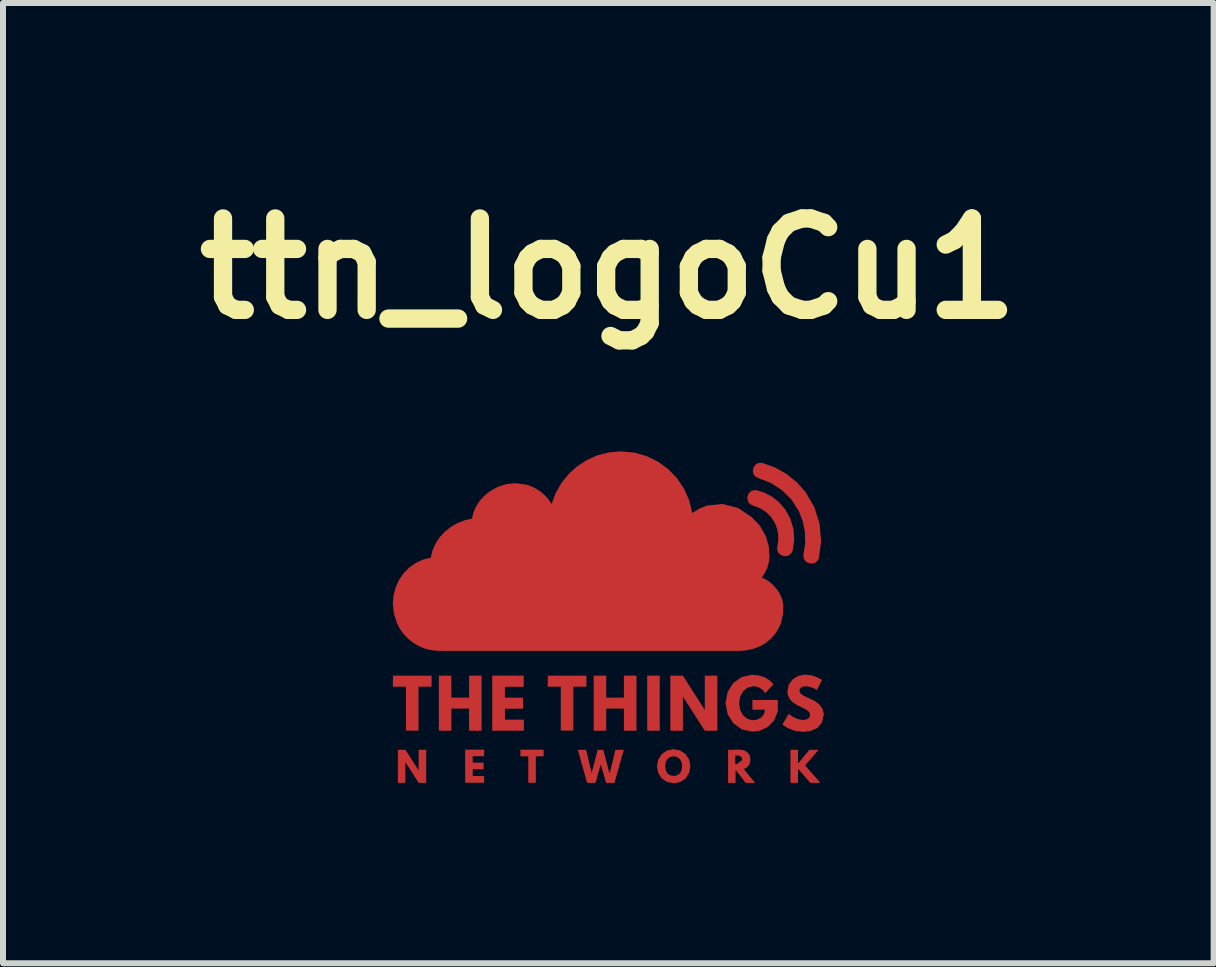
<source format=kicad_pcb>
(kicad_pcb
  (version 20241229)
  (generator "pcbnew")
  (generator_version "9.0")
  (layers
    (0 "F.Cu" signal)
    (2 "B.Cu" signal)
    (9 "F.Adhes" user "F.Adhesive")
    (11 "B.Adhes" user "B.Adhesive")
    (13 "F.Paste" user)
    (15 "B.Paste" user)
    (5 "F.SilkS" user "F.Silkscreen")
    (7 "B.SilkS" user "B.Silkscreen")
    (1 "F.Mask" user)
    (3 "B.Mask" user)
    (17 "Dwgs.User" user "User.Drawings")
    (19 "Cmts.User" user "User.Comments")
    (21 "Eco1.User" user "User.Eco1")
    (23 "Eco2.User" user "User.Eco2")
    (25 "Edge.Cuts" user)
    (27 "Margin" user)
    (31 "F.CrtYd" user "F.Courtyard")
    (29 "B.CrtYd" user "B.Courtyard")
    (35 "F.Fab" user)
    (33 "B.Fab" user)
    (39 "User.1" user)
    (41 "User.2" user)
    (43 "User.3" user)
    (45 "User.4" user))
  (footprint "ttn_logoCu1"
    (layer "F.Cu")
    (at 7.09 7.24)
    (property "Reference" "ttn_logoCu1" (at 0 -5.814 0) (layer "F.SilkS") (effects (font (size 1.524 1.524) (thickness 0.305))))
    (attr smd)
    (fp_poly (pts (xy 0.857 1.89) (xy 0.805 1.89) (xy 0.753 1.89) (xy 0.7 1.89) (xy 0.648 1.89) (xy 0.648 1.661) (xy 0.648 1.431) (xy 0.648 1.202) (xy 0.648 0.972) (xy 0.7 0.972) (xy 0.753 0.972) (xy 0.805 0.972) (xy 0.857 0.972) (xy 0.857 1.202) (xy 0.857 1.431) (xy 0.857 1.661) (xy 0.857 1.89)) (stroke (width 0) (type solid)) (fill yes) (layer "F.Cu"))
    (fp_poly (pts (xy -3.589 0.972) (xy -3.429 0.972) (xy -3.268 0.972) (xy -3.107 0.972) (xy -2.946 0.972) (xy -2.946 1.018) (xy -2.946 1.064) (xy -2.946 1.11) (xy -2.946 1.156) (xy -3 1.156) (xy -3.055 1.156) (xy -3.11 1.156) (xy -3.164 1.156) (xy -3.164 1.339) (xy -3.164 1.522) (xy -3.164 1.705) (xy -3.164 1.888) (xy -3.217 1.888) (xy -3.269 1.888) (xy -3.321 1.888) (xy -3.373 1.888) (xy -3.373 1.705) (xy -3.373 1.522) (xy -3.373 1.339) (xy -3.373 1.156) (xy -3.428 1.156) (xy -3.483 1.156) (xy -3.537 1.156) (xy -3.592 1.156) (xy -3.591 1.11) (xy -3.591 1.064) (xy -3.59 1.018) (xy -3.589 0.972)) (stroke (width 0) (type solid)) (fill yes) (layer "F.Cu"))
    (fp_poly (pts (xy -1.466 2.206) (xy -1.369 2.206) (xy -1.272 2.206) (xy -1.175 2.206) (xy -1.078 2.206) (xy -1.078 2.234) (xy -1.078 2.262) (xy -1.078 2.29) (xy -1.078 2.317) (xy -1.111 2.317) (xy -1.143 2.317) (xy -1.176 2.317) (xy -1.208 2.317) (xy -1.208 2.427) (xy -1.208 2.537) (xy -1.208 2.647) (xy -1.208 2.757) (xy -1.239 2.757) (xy -1.271 2.757) (xy -1.302 2.757) (xy -1.334 2.757) (xy -1.334 2.647) (xy -1.334 2.537) (xy -1.334 2.427) (xy -1.334 2.317) (xy -1.366 2.317) (xy -1.399 2.317) (xy -1.431 2.317) (xy -1.464 2.317) (xy -1.464 2.29) (xy -1.465 2.262) (xy -1.465 2.234) (xy -1.466 2.206)) (stroke (width 0) (type solid)) (fill yes) (layer "F.Cu"))
    (fp_poly (pts (xy -1.008 0.972) (xy -0.847 0.972) (xy -0.687 0.972) (xy -0.526 0.972) (xy -0.365 0.972) (xy -0.365 1.018) (xy -0.365 1.064) (xy -0.365 1.11) (xy -0.365 1.156) (xy -0.419 1.156) (xy -0.474 1.156) (xy -0.529 1.156) (xy -0.583 1.156) (xy -0.583 1.339) (xy -0.583 1.522) (xy -0.583 1.705) (xy -0.583 1.888) (xy -0.635 1.888) (xy -0.688 1.888) (xy -0.74 1.888) (xy -0.792 1.888) (xy -0.792 1.705) (xy -0.792 1.522) (xy -0.792 1.339) (xy -0.792 1.156) (xy -0.847 1.156) (xy -0.901 1.156) (xy -0.956 1.156) (xy -1.011 1.156) (xy -1.01 1.11) (xy -1.009 1.064) (xy -1.009 1.018) (xy -1.008 0.972)) (stroke (width 0) (type solid)) (fill yes) (layer "F.Cu"))
    (fp_poly (pts (xy 1.09 2.197) (xy 1.196 2.368) (xy 1.152 2.33) (xy 1.09 2.315) (xy 1.026 2.329) (xy 0.982 2.366) (xy 0.956 2.419) (xy 0.948 2.48) (xy 0.956 2.541) (xy 0.98 2.594) (xy 1.024 2.631) (xy 1.09 2.645) (xy 1.154 2.631) (xy 1.198 2.594) (xy 1.223 2.541) (xy 1.231 2.48) (xy 1.223 2.421) (xy 1.196 2.368) (xy 1.09 2.197) (xy 1.198 2.219) (xy 1.286 2.279) (xy 1.346 2.369) (xy 1.368 2.48) (xy 1.347 2.593) (xy 1.289 2.684) (xy 1.201 2.744) (xy 1.09 2.766) (xy 0.976 2.744) (xy 0.888 2.683) (xy 0.831 2.592) (xy 0.811 2.48) (xy 0.833 2.368) (xy 0.893 2.278) (xy 0.981 2.218) (xy 1.09 2.197)) (stroke (width 0) (type solid)) (fill yes) (layer "F.Cu"))
    (fp_poly (pts (xy -3.383 2.759) (xy -3.414 2.759) (xy -3.445 2.759) (xy -3.477 2.759) (xy -3.508 2.759) (xy -3.508 2.621) (xy -3.508 2.484) (xy -3.508 2.346) (xy -3.508 2.208) (xy -3.477 2.208) (xy -3.445 2.208) (xy -3.414 2.208) (xy -3.383 2.208) (xy -3.327 2.294) (xy -3.272 2.38) (xy -3.217 2.466) (xy -3.162 2.552) (xy -3.162 2.466) (xy -3.162 2.38) (xy -3.162 2.294) (xy -3.162 2.208) (xy -3.131 2.208) (xy -3.099 2.208) (xy -3.068 2.208) (xy -3.036 2.208) (xy -3.036 2.346) (xy -3.036 2.484) (xy -3.036 2.621) (xy -3.036 2.759) (xy -3.068 2.759) (xy -3.099 2.759) (xy -3.131 2.759) (xy -3.162 2.759) (xy -3.217 2.673) (xy -3.272 2.587) (xy -3.327 2.501) (xy -3.383 2.415) (xy -3.383 2.501) (xy -3.383 2.587) (xy -3.383 2.673) (xy -3.383 2.759)) (stroke (width 0) (type solid)) (fill yes) (layer "F.Cu"))
    (fp_poly (pts (xy 3.366 2.759) (xy 3.315 2.7) (xy 3.264 2.642) (xy 3.213 2.583) (xy 3.162 2.524) (xy 3.162 2.583) (xy 3.162 2.642) (xy 3.162 2.7) (xy 3.162 2.759) (xy 3.131 2.759) (xy 3.099 2.759) (xy 3.068 2.759) (xy 3.036 2.759) (xy 3.036 2.621) (xy 3.036 2.484) (xy 3.036 2.346) (xy 3.036 2.208) (xy 3.068 2.208) (xy 3.099 2.208) (xy 3.131 2.208) (xy 3.162 2.208) (xy 3.162 2.265) (xy 3.162 2.322) (xy 3.162 2.379) (xy 3.162 2.436) (xy 3.21 2.379) (xy 3.257 2.322) (xy 3.305 2.265) (xy 3.352 2.208) (xy 3.391 2.208) (xy 3.429 2.208) (xy 3.467 2.208) (xy 3.506 2.208) (xy 3.449 2.273) (xy 3.393 2.338) (xy 3.337 2.403) (xy 3.28 2.468) (xy 3.344 2.541) (xy 3.408 2.614) (xy 3.472 2.686) (xy 3.536 2.759) (xy 3.494 2.759) (xy 3.451 2.759) (xy 3.409 2.759) (xy 3.366 2.759)) (stroke (width 0) (type solid)) (fill yes) (layer "F.Cu"))
    (fp_poly (pts (xy -2.616 1.89) (xy -2.668 1.89) (xy -2.721 1.89) (xy -2.773 1.89) (xy -2.825 1.89) (xy -2.825 1.661) (xy -2.825 1.431) (xy -2.825 1.202) (xy -2.825 0.972) (xy -2.773 0.972) (xy -2.721 0.972) (xy -2.668 0.972) (xy -2.616 0.972) (xy -2.616 1.064) (xy -2.616 1.156) (xy -2.616 1.248) (xy -2.616 1.339) (xy -2.542 1.339) (xy -2.468 1.339) (xy -2.395 1.339) (xy -2.321 1.339) (xy -2.321 1.248) (xy -2.321 1.156) (xy -2.321 1.064) (xy -2.321 0.972) (xy -2.269 0.972) (xy -2.216 0.972) (xy -2.164 0.972) (xy -2.112 0.972) (xy -2.112 1.202) (xy -2.112 1.431) (xy -2.112 1.661) (xy -2.112 1.89) (xy -2.164 1.89) (xy -2.216 1.89) (xy -2.269 1.89) (xy -2.321 1.89) (xy -2.321 1.798) (xy -2.321 1.705) (xy -2.321 1.613) (xy -2.321 1.521) (xy -2.395 1.521) (xy -2.468 1.521) (xy -2.542 1.521) (xy -2.616 1.521) (xy -2.616 1.613) (xy -2.616 1.705) (xy -2.616 1.798) (xy -2.616 1.89)) (stroke (width 0) (type solid)) (fill yes) (layer "F.Cu"))
    (fp_poly (pts (xy -2.07 2.315) (xy -2.118 2.315) (xy -2.165 2.315) (xy -2.213 2.315) (xy -2.261 2.315) (xy -2.261 2.342) (xy -2.261 2.369) (xy -2.261 2.395) (xy -2.261 2.422) (xy -2.215 2.422) (xy -2.17 2.422) (xy -2.125 2.422) (xy -2.079 2.422) (xy -2.079 2.45) (xy -2.079 2.478) (xy -2.079 2.506) (xy -2.079 2.533) (xy -2.125 2.533) (xy -2.17 2.533) (xy -2.215 2.533) (xy -2.261 2.533) (xy -2.261 2.561) (xy -2.261 2.589) (xy -2.261 2.617) (xy -2.261 2.645) (xy -2.213 2.645) (xy -2.165 2.645) (xy -2.118 2.645) (xy -2.07 2.645) (xy -2.07 2.673) (xy -2.07 2.701) (xy -2.07 2.729) (xy -2.07 2.757) (xy -2.149 2.757) (xy -2.228 2.757) (xy -2.307 2.757) (xy -2.386 2.757) (xy -2.386 2.619) (xy -2.386 2.481) (xy -2.386 2.344) (xy -2.386 2.206) (xy -2.307 2.206) (xy -2.228 2.206) (xy -2.149 2.206) (xy -2.07 2.206) (xy -2.07 2.233) (xy -2.07 2.261) (xy -2.07 2.288) (xy -2.07 2.315)) (stroke (width 0) (type solid)) (fill yes) (layer "F.Cu"))
    (fp_poly (pts (xy -1.41 1.158) (xy -1.489 1.158) (xy -1.567 1.158) (xy -1.645 1.158) (xy -1.724 1.158) (xy -1.724 1.203) (xy -1.724 1.249) (xy -1.724 1.294) (xy -1.724 1.339) (xy -1.648 1.339) (xy -1.573 1.339) (xy -1.497 1.339) (xy -1.422 1.339) (xy -1.422 1.385) (xy -1.422 1.431) (xy -1.422 1.477) (xy -1.422 1.523) (xy -1.497 1.523) (xy -1.573 1.523) (xy -1.648 1.523) (xy -1.724 1.523) (xy -1.724 1.569) (xy -1.724 1.615) (xy -1.724 1.661) (xy -1.724 1.706) (xy -1.645 1.706) (xy -1.566 1.706) (xy -1.487 1.706) (xy -1.408 1.706) (xy -1.408 1.752) (xy -1.408 1.798) (xy -1.408 1.844) (xy -1.408 1.89) (xy -1.54 1.89) (xy -1.672 1.89) (xy -1.803 1.89) (xy -1.935 1.89) (xy -1.935 1.661) (xy -1.935 1.431) (xy -1.935 1.202) (xy -1.935 0.972) (xy -1.804 0.972) (xy -1.673 0.972) (xy -1.541 0.972) (xy -1.41 0.972) (xy -1.41 1.019) (xy -1.41 1.065) (xy -1.41 1.112) (xy -1.41 1.158)) (stroke (width 0) (type solid)) (fill yes) (layer "F.Cu"))
    (fp_poly (pts (xy -0.035 1.89) (xy -0.087 1.89) (xy -0.139 1.89) (xy -0.192 1.89) (xy -0.244 1.89) (xy -0.244 1.661) (xy -0.244 1.431) (xy -0.244 1.202) (xy -0.244 0.972) (xy -0.192 0.972) (xy -0.139 0.972) (xy -0.087 0.972) (xy -0.035 0.972) (xy -0.035 1.064) (xy -0.035 1.156) (xy -0.035 1.248) (xy -0.035 1.339) (xy 0.039 1.339) (xy 0.113 1.339) (xy 0.186 1.339) (xy 0.26 1.339) (xy 0.26 1.248) (xy 0.26 1.156) (xy 0.26 1.064) (xy 0.26 0.972) (xy 0.312 0.972) (xy 0.365 0.972) (xy 0.417 0.972) (xy 0.469 0.972) (xy 0.469 1.202) (xy 0.469 1.431) (xy 0.469 1.661) (xy 0.469 1.89) (xy 0.417 1.89) (xy 0.365 1.89) (xy 0.312 1.89) (xy 0.26 1.89) (xy 0.26 1.798) (xy 0.26 1.705) (xy 0.26 1.613) (xy 0.26 1.521) (xy 0.186 1.521) (xy 0.113 1.521) (xy 0.039 1.521) (xy -0.035 1.521) (xy -0.035 1.613) (xy -0.035 1.705) (xy -0.035 1.798) (xy -0.035 1.89)) (stroke (width 0) (type solid)) (fill yes) (layer "F.Cu"))
    (fp_poly (pts (xy 1.243 1.89) (xy 1.191 1.89) (xy 1.138 1.89) (xy 1.086 1.89) (xy 1.034 1.89) (xy 1.034 1.661) (xy 1.034 1.431) (xy 1.034 1.202) (xy 1.034 0.972) (xy 1.086 0.972) (xy 1.138 0.972) (xy 1.191 0.972) (xy 1.243 0.972) (xy 1.334 1.114) (xy 1.424 1.256) (xy 1.515 1.397) (xy 1.605 1.539) (xy 1.606 1.539) (xy 1.607 1.539) (xy 1.607 1.539) (xy 1.608 1.539) (xy 1.608 1.397) (xy 1.608 1.256) (xy 1.608 1.114) (xy 1.608 0.972) (xy 1.66 0.972) (xy 1.712 0.972) (xy 1.764 0.972) (xy 1.817 0.972) (xy 1.817 1.202) (xy 1.817 1.431) (xy 1.817 1.661) (xy 1.817 1.89) (xy 1.764 1.89) (xy 1.712 1.89) (xy 1.66 1.89) (xy 1.608 1.89) (xy 1.517 1.748) (xy 1.426 1.607) (xy 1.336 1.465) (xy 1.245 1.323) (xy 1.245 1.323) (xy 1.244 1.323) (xy 1.244 1.323) (xy 1.243 1.323) (xy 1.243 1.465) (xy 1.243 1.607) (xy 1.243 1.748) (xy 1.243 1.89)) (stroke (width 0) (type solid)) (fill yes) (layer "F.Cu"))
    (fp_poly (pts (xy 2.823 1.574) (xy 2.76 1.724) (xy 2.659 1.827) (xy 2.534 1.887) (xy 2.4 1.906) (xy 2.226 1.869) (xy 2.085 1.767) (xy 1.989 1.616) (xy 1.954 1.432) (xy 1.988 1.246) (xy 2.081 1.096) (xy 2.222 0.995) (xy 2.4 0.958) (xy 2.512 0.969) (xy 2.607 1) (xy 2.686 1.049) (xy 2.753 1.114) (xy 2.719 1.152) (xy 2.684 1.189) (xy 2.65 1.227) (xy 2.616 1.265) (xy 2.573 1.211) (xy 2.524 1.175) (xy 2.47 1.155) (xy 2.412 1.149) (xy 2.321 1.171) (xy 2.247 1.232) (xy 2.198 1.323) (xy 2.179 1.435) (xy 2.198 1.544) (xy 2.247 1.634) (xy 2.321 1.694) (xy 2.412 1.716) (xy 2.485 1.704) (xy 2.549 1.669) (xy 2.594 1.614) (xy 2.611 1.539) (xy 2.559 1.539) (xy 2.507 1.539) (xy 2.454 1.539) (xy 2.402 1.539) (xy 2.402 1.498) (xy 2.402 1.458) (xy 2.402 1.417) (xy 2.402 1.377) (xy 2.508 1.377) (xy 2.614 1.377) (xy 2.719 1.377) (xy 2.825 1.377) (xy 2.825 1.426) (xy 2.825 1.475) (xy 2.825 1.525) (xy 2.825 1.574) (xy 2.824 1.574) (xy 2.824 1.574) (xy 2.823 1.574) (xy 2.823 1.574)) (stroke (width 0) (type solid)) (fill yes) (layer "F.Cu"))
    (fp_poly (pts (xy 3.562 1.044) (xy 3.54 1.086) (xy 3.519 1.128) (xy 3.497 1.17) (xy 3.476 1.212) (xy 3.46 1.202) (xy 3.419 1.18) (xy 3.36 1.159) (xy 3.292 1.149) (xy 3.245 1.154) (xy 3.212 1.17) (xy 3.192 1.196) (xy 3.185 1.23) (xy 3.201 1.266) (xy 3.242 1.299) (xy 3.303 1.33) (xy 3.376 1.363) (xy 3.453 1.402) (xy 3.522 1.458) (xy 3.572 1.529) (xy 3.592 1.613) (xy 3.563 1.752) (xy 3.486 1.843) (xy 3.375 1.893) (xy 3.246 1.909) (xy 3.101 1.889) (xy 2.993 1.847) (xy 2.925 1.805) (xy 2.902 1.785) (xy 2.928 1.741) (xy 2.954 1.697) (xy 2.98 1.653) (xy 3.006 1.609) (xy 3.027 1.625) (xy 3.081 1.66) (xy 3.153 1.695) (xy 3.232 1.711) (xy 3.272 1.709) (xy 3.315 1.698) (xy 3.35 1.671) (xy 3.364 1.62) (xy 3.347 1.577) (xy 3.302 1.541) (xy 3.236 1.506) (xy 3.157 1.469) (xy 3.083 1.424) (xy 3.028 1.368) (xy 2.995 1.304) (xy 2.983 1.235) (xy 3.009 1.119) (xy 3.077 1.031) (xy 3.172 0.974) (xy 3.28 0.954) (xy 3.393 0.969) (xy 3.482 1) (xy 3.54 1.03) (xy 3.562 1.044)) (stroke (width 0) (type solid)) (fill yes) (layer "F.Cu"))
    (fp_poly (pts (xy -0.125 2.45) (xy -0.148 2.527) (xy -0.17 2.604) (xy -0.192 2.682) (xy -0.214 2.759) (xy -0.249 2.759) (xy -0.283 2.759) (xy -0.318 2.759) (xy -0.353 2.759) (xy -0.392 2.621) (xy -0.431 2.484) (xy -0.47 2.346) (xy -0.509 2.208) (xy -0.475 2.208) (xy -0.44 2.208) (xy -0.406 2.208) (xy -0.372 2.208) (xy -0.348 2.303) (xy -0.325 2.399) (xy -0.302 2.494) (xy -0.279 2.589) (xy -0.278 2.589) (xy -0.278 2.589) (xy -0.277 2.589) (xy -0.276 2.589) (xy -0.251 2.494) (xy -0.227 2.399) (xy -0.202 2.303) (xy -0.177 2.208) (xy -0.153 2.208) (xy -0.13 2.208) (xy -0.107 2.208) (xy -0.084 2.208) (xy -0.059 2.303) (xy -0.034 2.399) (xy -0.009 2.494) (xy 0.016 2.589) (xy 0.019 2.589) (xy 0.021 2.589) (xy 0.023 2.589) (xy 0.026 2.589) (xy 0.049 2.494) (xy 0.072 2.399) (xy 0.095 2.303) (xy 0.118 2.208) (xy 0.153 2.208) (xy 0.188 2.208) (xy 0.223 2.208) (xy 0.258 2.208) (xy 0.219 2.346) (xy 0.18 2.484) (xy 0.141 2.621) (xy 0.102 2.759) (xy 0.067 2.759) (xy 0.033 2.759) (xy -0.002 2.759) (xy -0.037 2.759) (xy -0.059 2.682) (xy -0.081 2.604) (xy -0.103 2.527) (xy -0.125 2.45)) (stroke (width 0) (type solid)) (fill yes) (layer "F.Cu"))
    (fp_poly (pts (xy 2.188 2.206) (xy 2.223 2.336) (xy 2.199 2.314) (xy 2.166 2.305) (xy 2.13 2.303) (xy 2.127 2.303) (xy 2.123 2.303) (xy 2.12 2.303) (xy 2.116 2.303) (xy 2.116 2.339) (xy 2.116 2.376) (xy 2.116 2.412) (xy 2.116 2.448) (xy 2.12 2.448) (xy 2.123 2.448) (xy 2.127 2.448) (xy 2.13 2.448) (xy 2.13 2.449) (xy 2.13 2.45) (xy 2.13 2.451) (xy 2.082 2.453) (xy 2.119 2.451) (xy 2.152 2.443) (xy 2.175 2.42) (xy 2.233 2.378) (xy 2.223 2.336) (xy 2.188 2.206) (xy 2.26 2.216) (xy 2.317 2.247) (xy 2.356 2.299) (xy 2.37 2.371) (xy 2.361 2.427) (xy 2.338 2.473) (xy 2.302 2.508) (xy 2.256 2.529) (xy 2.303 2.586) (xy 2.351 2.644) (xy 2.399 2.701) (xy 2.446 2.759) (xy 2.407 2.759) (xy 2.367 2.759) (xy 2.328 2.759) (xy 2.288 2.759) (xy 2.247 2.704) (xy 2.205 2.65) (xy 2.163 2.595) (xy 2.121 2.54) (xy 2.121 2.595) (xy 2.121 2.65) (xy 2.121 2.704) (xy 2.121 2.759) (xy 2.09 2.759) (xy 2.058 2.759) (xy 2.027 2.759) (xy 1.996 2.759) (xy 1.996 2.621) (xy 1.996 2.484) (xy 1.996 2.346) (xy 1.996 2.208) (xy 2.044 2.208) (xy 2.092 2.207) (xy 2.14 2.206) (xy 2.188 2.206)) (stroke (width 0) (type solid)) (fill yes) (layer "F.Cu"))
    (fp_poly (pts (xy 2.916 -0.21) (xy 3.242 -1.597) (xy 3.278 -1.416) (xy 3.281 -1.231) (xy 3.253 -1.049) (xy 3.252 -0.999) (xy 3.271 -0.953) (xy 3.307 -0.918) (xy 3.355 -0.9) (xy 3.402 -0.896) (xy 3.447 -0.91) (xy 3.484 -0.939) (xy 3.508 -0.979) (xy 3.547 -1.266) (xy 3.522 -1.556) (xy 3.435 -1.834) (xy 3.29 -2.085) (xy 3.29 -2.085) (xy 3.142 -2.252) (xy 2.968 -2.392) (xy 2.773 -2.501) (xy 2.563 -2.575) (xy 2.514 -2.575) (xy 2.47 -2.558) (xy 2.436 -2.525) (xy 2.416 -2.482) (xy 2.409 -2.431) (xy 2.423 -2.382) (xy 2.456 -2.342) (xy 2.502 -2.32) (xy 2.711 -2.239) (xy 2.898 -2.117) (xy 3.056 -1.958) (xy 3.176 -1.769) (xy 3.242 -1.597) (xy 2.916 -0.21) (xy 2.916 -1.023) (xy 2.964 -1.019) (xy 3.01 -1.034) (xy 3.048 -1.064) (xy 3.071 -1.107) (xy 3.099 -1.288) (xy 3.086 -1.471) (xy 3.033 -1.647) (xy 2.944 -1.806) (xy 2.846 -1.917) (xy 2.731 -2.01) (xy 2.601 -2.079) (xy 2.46 -2.122) (xy 2.391 -2.112) (xy 2.34 -2.066) (xy 2.316 -2) (xy 2.328 -1.932) (xy 2.344 -1.906) (xy 2.366 -1.885) (xy 2.392 -1.87) (xy 2.421 -1.86) (xy 2.53 -1.818) (xy 2.628 -1.755) (xy 2.711 -1.674) (xy 2.774 -1.576) (xy 2.812 -1.481) (xy 2.831 -1.38) (xy 2.833 -1.278) (xy 2.816 -1.177) (xy 2.814 -1.126) (xy 2.833 -1.079) (xy 2.868 -1.043) (xy 2.916 -1.023) (xy 2.916 -0.21) (xy 2.913 -0.063) (xy 2.883 0.077) (xy 2.877 0.093) (xy 2.871 0.11) (xy 2.864 0.127) (xy 2.857 0.143) (xy 2.85 0.159) (xy 2.842 0.175) (xy 2.833 0.19) (xy 2.825 0.206) (xy 2.816 0.221) (xy 2.806 0.236) (xy 2.796 0.251) (xy 2.786 0.266) (xy 2.776 0.28) (xy 2.765 0.294) (xy 2.753 0.308) (xy 2.741 0.322) (xy 2.728 0.336) (xy 2.715 0.35) (xy 2.701 0.363) (xy 2.687 0.376) (xy 2.672 0.388) (xy 2.657 0.401) (xy 2.642 0.412) (xy 2.627 0.423) (xy 2.611 0.434) (xy 2.594 0.445) (xy 2.578 0.455) (xy 2.561 0.464) (xy 2.544 0.473) (xy 2.526 0.482) (xy 2.509 0.49) (xy 2.491 0.498) (xy 2.472 0.505) (xy 2.454 0.512) (xy 2.435 0.518) (xy 2.416 0.524) (xy 2.396 0.53) (xy 2.377 0.535) (xy 2.357 0.539) (xy 2.337 0.543) (xy 2.317 0.547) (xy 2.296 0.55) (xy 2.276 0.553) (xy 2.255 0.555) (xy 2.234 0.557) (xy 2.213 0.558) (xy 2.191 0.558) (xy 2.17 0.559) (xy 2.014 0.559) (xy 1.859 0.559) (xy 1.703 0.559) (xy 1.548 0.559) (xy 1.392 0.559) (xy 1.236 0.559) (xy 1.081 0.559) (xy 0.925 0.559) (xy 0.77 0.559) (xy 0.614 0.559) (xy 0.458 0.559) (xy 0.303 0.559) (xy 0.147 0.559) (xy -0.008 0.559) (xy -0.164 0.559) (xy -0.319 0.559) (xy -0.475 0.559) (xy -0.631 0.559) (xy -0.786 0.559) (xy -0.942 0.559) (xy -1.097 0.559) (xy -1.253 0.559) (xy -1.409 0.559) (xy -1.564 0.559) (xy -1.72 0.559) (xy -1.875 0.559) (xy -2.031 0.559) (xy -2.186 0.559) (xy -2.342 0.559) (xy -2.498 0.559) (xy -2.653 0.559) (xy -2.809 0.559) (xy -2.809 0.559) (xy -2.809 0.559) (xy -2.809 0.559) (xy -2.81 0.559) (xy -2.81 0.559) (xy -2.81 0.559) (xy -2.81 0.559) (xy -2.811 0.559) (xy -2.811 0.559) (xy -2.811 0.559) (xy -2.811 0.559) (xy -2.811 0.559) (xy -2.812 0.559) (xy -2.812 0.559) (xy -2.812 0.559) (xy -2.812 0.559) (xy -2.812 0.559) (xy -2.813 0.559) (xy -2.813 0.559) (xy -2.813 0.559) (xy -2.813 0.559) (xy -2.814 0.559) (xy -2.814 0.559) (xy -2.814 0.559) (xy -2.814 0.559) (xy -2.814 0.559) (xy -2.815 0.559) (xy -2.815 0.559) (xy -2.815 0.559) (xy -2.815 0.559) (xy -2.816 0.559) (xy -2.816 0.559) (xy -2.816 0.559) (xy -2.816 0.559) (xy -2.816 0.559) (xy -2.816 0.559) (xy -2.816 0.559) (xy -2.816 0.559) (xy -2.816 0.559) (xy -2.816 0.559) (xy -2.816 0.559) (xy -2.816 0.559) (xy -2.817 0.559) (xy -2.817 0.559) (xy -2.817 0.559) (xy -2.817 0.559) (xy -2.817 0.559) (xy -2.817 0.559) (xy -2.817 0.559) (xy -2.817 0.559) (xy -2.817 0.559) (xy -2.817 0.559) (xy -2.817 0.559) (xy -2.817 0.559) (xy -2.817 0.559) (xy -2.817 0.559) (xy -2.818 0.559) (xy -2.818 0.559) (xy -2.818 0.559) (xy -2.818 0.559) (xy -2.818 0.559) (xy -2.818 0.559) (xy -2.818 0.559) (xy -2.818 0.559) (xy -2.818 0.559) (xy -2.818 0.559) (xy -2.818 0.559) (xy -2.819 0.559) (xy -2.819 0.559) (xy -2.819 0.559) (xy -2.819 0.559) (xy -2.819 0.559) (xy -2.819 0.559) (xy -2.819 0.559) (xy -2.82 0.559) (xy -2.82 0.559) (xy -2.82 0.559) (xy -2.82 0.559) (xy -2.82 0.559) (xy -2.82 0.559) (xy -2.82 0.559) (xy -2.821 0.559) (xy -2.821 0.559) (xy -2.821 0.559) (xy -2.821 0.559) (xy -2.821 0.559) (xy -2.821 0.559) (xy -2.821 0.559) (xy -2.822 0.559) (xy -2.822 0.559) (xy -2.822 0.559) (xy -2.822 0.559) (xy -2.822 0.559) (xy -2.822 0.559) (xy -2.822 0.559) (xy -2.823 0.559) (xy -2.842 0.558) (xy -2.86 0.557) (xy -2.879 0.556) (xy -2.898 0.554) (xy -2.916 0.552) (xy -2.935 0.549) (xy -2.953 0.546) (xy -2.972 0.543) (xy -2.99 0.539) (xy -3.008 0.535) (xy -3.026 0.53) (xy -3.043 0.525) (xy -3.061 0.519) (xy -3.078 0.513) (xy -3.095 0.506) (xy -3.113 0.499) (xy -3.129 0.492) (xy -3.146 0.485) (xy -3.163 0.476) (xy -3.179 0.468) (xy -3.195 0.459) (xy -3.211 0.45) (xy -3.227 0.44) (xy -3.242 0.43) (xy -3.257 0.42) (xy -3.272 0.409) (xy -3.287 0.397) (xy -3.302 0.386) (xy -3.316 0.374) (xy -3.33 0.362) (xy -3.344 0.349) (xy -3.357 0.336) (xy -3.371 0.322) (xy -3.385 0.307) (xy -3.398 0.293) (xy -3.41 0.278) (xy -3.423 0.262) (xy -3.435 0.247) (xy -3.446 0.231) (xy -3.457 0.215) (xy -3.468 0.199) (xy -3.478 0.183) (xy -3.488 0.166) (xy -3.497 0.149) (xy -3.506 0.132) (xy -3.514 0.115) (xy -3.523 0.097) (xy -3.53 0.079) (xy -3.575 -0.068) (xy -3.592 -0.224) (xy -3.58 -0.368) (xy -3.544 -0.502) (xy -3.488 -0.625) (xy -3.413 -0.734) (xy -3.32 -0.828) (xy -3.212 -0.905) (xy -3.092 -0.961) (xy -2.96 -0.996) (xy -2.931 -1.115) (xy -2.881 -1.228) (xy -2.814 -1.331) (xy -2.73 -1.423) (xy -2.632 -1.502) (xy -2.522 -1.567) (xy -2.401 -1.615) (xy -2.272 -1.646) (xy -2.262 -1.695) (xy -2.249 -1.742) (xy -2.231 -1.789) (xy -2.21 -1.835) (xy -2.185 -1.88) (xy -2.156 -1.923) (xy -2.124 -1.964) (xy -2.089 -2.004) (xy -2.032 -2.056) (xy -1.972 -2.103) (xy -1.84 -2.176) (xy -1.698 -2.221) (xy -1.55 -2.236) (xy -1.363 -2.211) (xy -1.277 -2.181) (xy -1.196 -2.14) (xy -1.122 -2.09) (xy -1.055 -2.03) (xy -0.996 -1.963) (xy -0.946 -1.888) (xy -0.878 -2.071) (xy -0.782 -2.239) (xy -0.662 -2.388) (xy -0.52 -2.517) (xy -0.359 -2.621) (xy -0.182 -2.7) (xy 0.009 -2.749) (xy 0.211 -2.766) (xy 0.432 -2.746) (xy 0.639 -2.687) (xy 0.829 -2.594) (xy 0.999 -2.47) (xy 1.145 -2.319) (xy 1.262 -2.144) (xy 1.348 -1.95) (xy 1.399 -1.739) (xy 1.516 -1.812) (xy 1.641 -1.862) (xy 1.902 -1.89) (xy 2.162 -1.824) (xy 2.405 -1.66) (xy 2.396 -1.667) (xy 2.388 -1.674) (xy 2.38 -1.681) (xy 2.372 -1.688) (xy 2.525 -1.53) (xy 2.624 -1.357) (xy 2.676 -1.178) (xy 2.686 -1.005) (xy 2.673 -0.909) (xy 2.648 -0.819) (xy 2.608 -0.736) (xy 2.556 -0.661) (xy 2.611 -0.638) (xy 2.662 -0.609) (xy 2.709 -0.573) (xy 2.755 -0.531) (xy 2.813 -0.464) (xy 2.86 -0.391) (xy 2.894 -0.311) (xy 2.913 -0.227) (xy 2.913 -0.223) (xy 2.914 -0.219) (xy 2.914 -0.215) (xy 2.916 -0.21) (xy 2.916 -0.214) (xy 2.916 -0.215) (xy 2.916 -0.213) (xy 2.916 -0.21) (xy 2.916 -0.21)) (stroke (width 0) (type solid)) (fill yes) (layer "F.Cu"))
    (fp_poly (pts (xy 0.857 1.89) (xy 0.805 1.89) (xy 0.753 1.89) (xy 0.7 1.89) (xy 0.648 1.89) (xy 0.648 1.661) (xy 0.648 1.431) (xy 0.648 1.202) (xy 0.648 0.972) (xy 0.7 0.972) (xy 0.753 0.972) (xy 0.805 0.972) (xy 0.857 0.972) (xy 0.857 1.202) (xy 0.857 1.431) (xy 0.857 1.661) (xy 0.857 1.89)) (stroke (width 0) (type solid)) (fill yes) (layer "F.Mask"))
    (fp_poly (pts (xy -3.589 0.972) (xy -3.429 0.972) (xy -3.268 0.972) (xy -3.107 0.972) (xy -2.946 0.972) (xy -2.946 1.018) (xy -2.946 1.064) (xy -2.946 1.11) (xy -2.946 1.156) (xy -3 1.156) (xy -3.055 1.156) (xy -3.11 1.156) (xy -3.164 1.156) (xy -3.164 1.339) (xy -3.164 1.522) (xy -3.164 1.705) (xy -3.164 1.888) (xy -3.217 1.888) (xy -3.269 1.888) (xy -3.321 1.888) (xy -3.373 1.888) (xy -3.373 1.705) (xy -3.373 1.522) (xy -3.373 1.339) (xy -3.373 1.156) (xy -3.428 1.156) (xy -3.483 1.156) (xy -3.537 1.156) (xy -3.592 1.156) (xy -3.591 1.11) (xy -3.591 1.064) (xy -3.59 1.018) (xy -3.589 0.972)) (stroke (width 0) (type solid)) (fill yes) (layer "F.Mask"))
    (fp_poly (pts (xy -1.466 2.206) (xy -1.369 2.206) (xy -1.272 2.206) (xy -1.175 2.206) (xy -1.078 2.206) (xy -1.078 2.234) (xy -1.078 2.262) (xy -1.078 2.29) (xy -1.078 2.317) (xy -1.111 2.317) (xy -1.143 2.317) (xy -1.176 2.317) (xy -1.208 2.317) (xy -1.208 2.427) (xy -1.208 2.537) (xy -1.208 2.647) (xy -1.208 2.757) (xy -1.239 2.757) (xy -1.271 2.757) (xy -1.302 2.757) (xy -1.334 2.757) (xy -1.334 2.647) (xy -1.334 2.537) (xy -1.334 2.427) (xy -1.334 2.317) (xy -1.366 2.317) (xy -1.399 2.317) (xy -1.431 2.317) (xy -1.464 2.317) (xy -1.464 2.29) (xy -1.465 2.262) (xy -1.465 2.234) (xy -1.466 2.206)) (stroke (width 0) (type solid)) (fill yes) (layer "F.Mask"))
    (fp_poly (pts (xy -1.008 0.972) (xy -0.847 0.972) (xy -0.687 0.972) (xy -0.526 0.972) (xy -0.365 0.972) (xy -0.365 1.018) (xy -0.365 1.064) (xy -0.365 1.11) (xy -0.365 1.156) (xy -0.419 1.156) (xy -0.474 1.156) (xy -0.529 1.156) (xy -0.583 1.156) (xy -0.583 1.339) (xy -0.583 1.522) (xy -0.583 1.705) (xy -0.583 1.888) (xy -0.635 1.888) (xy -0.688 1.888) (xy -0.74 1.888) (xy -0.792 1.888) (xy -0.792 1.705) (xy -0.792 1.522) (xy -0.792 1.339) (xy -0.792 1.156) (xy -0.847 1.156) (xy -0.901 1.156) (xy -0.956 1.156) (xy -1.011 1.156) (xy -1.01 1.11) (xy -1.009 1.064) (xy -1.009 1.018) (xy -1.008 0.972)) (stroke (width 0) (type solid)) (fill yes) (layer "F.Mask"))
    (fp_poly (pts (xy 1.09 2.197) (xy 1.196 2.368) (xy 1.152 2.33) (xy 1.09 2.315) (xy 1.026 2.329) (xy 0.982 2.366) (xy 0.956 2.419) (xy 0.948 2.48) (xy 0.956 2.541) (xy 0.98 2.594) (xy 1.024 2.631) (xy 1.09 2.645) (xy 1.154 2.631) (xy 1.198 2.594) (xy 1.223 2.541) (xy 1.231 2.48) (xy 1.223 2.421) (xy 1.196 2.368) (xy 1.09 2.197) (xy 1.198 2.219) (xy 1.286 2.279) (xy 1.346 2.369) (xy 1.368 2.48) (xy 1.347 2.593) (xy 1.289 2.684) (xy 1.201 2.744) (xy 1.09 2.766) (xy 0.976 2.744) (xy 0.888 2.683) (xy 0.831 2.592) (xy 0.811 2.48) (xy 0.833 2.368) (xy 0.893 2.278) (xy 0.981 2.218) (xy 1.09 2.197)) (stroke (width 0) (type solid)) (fill yes) (layer "F.Mask"))
    (fp_poly (pts (xy -3.383 2.759) (xy -3.414 2.759) (xy -3.445 2.759) (xy -3.477 2.759) (xy -3.508 2.759) (xy -3.508 2.621) (xy -3.508 2.484) (xy -3.508 2.346) (xy -3.508 2.208) (xy -3.477 2.208) (xy -3.445 2.208) (xy -3.414 2.208) (xy -3.383 2.208) (xy -3.327 2.294) (xy -3.272 2.38) (xy -3.217 2.466) (xy -3.162 2.552) (xy -3.162 2.466) (xy -3.162 2.38) (xy -3.162 2.294) (xy -3.162 2.208) (xy -3.131 2.208) (xy -3.099 2.208) (xy -3.068 2.208) (xy -3.036 2.208) (xy -3.036 2.346) (xy -3.036 2.484) (xy -3.036 2.621) (xy -3.036 2.759) (xy -3.068 2.759) (xy -3.099 2.759) (xy -3.131 2.759) (xy -3.162 2.759) (xy -3.217 2.673) (xy -3.272 2.587) (xy -3.327 2.501) (xy -3.383 2.415) (xy -3.383 2.501) (xy -3.383 2.587) (xy -3.383 2.673) (xy -3.383 2.759)) (stroke (width 0) (type solid)) (fill yes) (layer "F.Mask"))
    (fp_poly (pts (xy 3.366 2.759) (xy 3.315 2.7) (xy 3.264 2.642) (xy 3.213 2.583) (xy 3.162 2.524) (xy 3.162 2.583) (xy 3.162 2.642) (xy 3.162 2.7) (xy 3.162 2.759) (xy 3.131 2.759) (xy 3.099 2.759) (xy 3.068 2.759) (xy 3.036 2.759) (xy 3.036 2.621) (xy 3.036 2.484) (xy 3.036 2.346) (xy 3.036 2.208) (xy 3.068 2.208) (xy 3.099 2.208) (xy 3.131 2.208) (xy 3.162 2.208) (xy 3.162 2.265) (xy 3.162 2.322) (xy 3.162 2.379) (xy 3.162 2.436) (xy 3.21 2.379) (xy 3.257 2.322) (xy 3.305 2.265) (xy 3.352 2.208) (xy 3.391 2.208) (xy 3.429 2.208) (xy 3.467 2.208) (xy 3.506 2.208) (xy 3.449 2.273) (xy 3.393 2.338) (xy 3.337 2.403) (xy 3.28 2.468) (xy 3.344 2.541) (xy 3.408 2.614) (xy 3.472 2.686) (xy 3.536 2.759) (xy 3.494 2.759) (xy 3.451 2.759) (xy 3.409 2.759) (xy 3.366 2.759)) (stroke (width 0) (type solid)) (fill yes) (layer "F.Mask"))
    (fp_poly (pts (xy -2.616 1.89) (xy -2.668 1.89) (xy -2.721 1.89) (xy -2.773 1.89) (xy -2.825 1.89) (xy -2.825 1.661) (xy -2.825 1.431) (xy -2.825 1.202) (xy -2.825 0.972) (xy -2.773 0.972) (xy -2.721 0.972) (xy -2.668 0.972) (xy -2.616 0.972) (xy -2.616 1.064) (xy -2.616 1.156) (xy -2.616 1.248) (xy -2.616 1.339) (xy -2.542 1.339) (xy -2.468 1.339) (xy -2.395 1.339) (xy -2.321 1.339) (xy -2.321 1.248) (xy -2.321 1.156) (xy -2.321 1.064) (xy -2.321 0.972) (xy -2.269 0.972) (xy -2.216 0.972) (xy -2.164 0.972) (xy -2.112 0.972) (xy -2.112 1.202) (xy -2.112 1.431) (xy -2.112 1.661) (xy -2.112 1.89) (xy -2.164 1.89) (xy -2.216 1.89) (xy -2.269 1.89) (xy -2.321 1.89) (xy -2.321 1.798) (xy -2.321 1.705) (xy -2.321 1.613) (xy -2.321 1.521) (xy -2.395 1.521) (xy -2.468 1.521) (xy -2.542 1.521) (xy -2.616 1.521) (xy -2.616 1.613) (xy -2.616 1.705) (xy -2.616 1.798) (xy -2.616 1.89)) (stroke (width 0) (type solid)) (fill yes) (layer "F.Mask"))
    (fp_poly (pts (xy -2.07 2.315) (xy -2.118 2.315) (xy -2.165 2.315) (xy -2.213 2.315) (xy -2.261 2.315) (xy -2.261 2.342) (xy -2.261 2.369) (xy -2.261 2.395) (xy -2.261 2.422) (xy -2.215 2.422) (xy -2.17 2.422) (xy -2.125 2.422) (xy -2.079 2.422) (xy -2.079 2.45) (xy -2.079 2.478) (xy -2.079 2.506) (xy -2.079 2.533) (xy -2.125 2.533) (xy -2.17 2.533) (xy -2.215 2.533) (xy -2.261 2.533) (xy -2.261 2.561) (xy -2.261 2.589) (xy -2.261 2.617) (xy -2.261 2.645) (xy -2.213 2.645) (xy -2.165 2.645) (xy -2.118 2.645) (xy -2.07 2.645) (xy -2.07 2.673) (xy -2.07 2.701) (xy -2.07 2.729) (xy -2.07 2.757) (xy -2.149 2.757) (xy -2.228 2.757) (xy -2.307 2.757) (xy -2.386 2.757) (xy -2.386 2.619) (xy -2.386 2.481) (xy -2.386 2.344) (xy -2.386 2.206) (xy -2.307 2.206) (xy -2.228 2.206) (xy -2.149 2.206) (xy -2.07 2.206) (xy -2.07 2.233) (xy -2.07 2.261) (xy -2.07 2.288) (xy -2.07 2.315)) (stroke (width 0) (type solid)) (fill yes) (layer "F.Mask"))
    (fp_poly (pts (xy -1.41 1.158) (xy -1.489 1.158) (xy -1.567 1.158) (xy -1.645 1.158) (xy -1.724 1.158) (xy -1.724 1.203) (xy -1.724 1.249) (xy -1.724 1.294) (xy -1.724 1.339) (xy -1.648 1.339) (xy -1.573 1.339) (xy -1.497 1.339) (xy -1.422 1.339) (xy -1.422 1.385) (xy -1.422 1.431) (xy -1.422 1.477) (xy -1.422 1.523) (xy -1.497 1.523) (xy -1.573 1.523) (xy -1.648 1.523) (xy -1.724 1.523) (xy -1.724 1.569) (xy -1.724 1.615) (xy -1.724 1.661) (xy -1.724 1.706) (xy -1.645 1.706) (xy -1.566 1.706) (xy -1.487 1.706) (xy -1.408 1.706) (xy -1.408 1.752) (xy -1.408 1.798) (xy -1.408 1.844) (xy -1.408 1.89) (xy -1.54 1.89) (xy -1.672 1.89) (xy -1.803 1.89) (xy -1.935 1.89) (xy -1.935 1.661) (xy -1.935 1.431) (xy -1.935 1.202) (xy -1.935 0.972) (xy -1.804 0.972) (xy -1.673 0.972) (xy -1.541 0.972) (xy -1.41 0.972) (xy -1.41 1.019) (xy -1.41 1.065) (xy -1.41 1.112) (xy -1.41 1.158)) (stroke (width 0) (type solid)) (fill yes) (layer "F.Mask"))
    (fp_poly (pts (xy -0.035 1.89) (xy -0.087 1.89) (xy -0.139 1.89) (xy -0.192 1.89) (xy -0.244 1.89) (xy -0.244 1.661) (xy -0.244 1.431) (xy -0.244 1.202) (xy -0.244 0.972) (xy -0.192 0.972) (xy -0.139 0.972) (xy -0.087 0.972) (xy -0.035 0.972) (xy -0.035 1.064) (xy -0.035 1.156) (xy -0.035 1.248) (xy -0.035 1.339) (xy 0.039 1.339) (xy 0.113 1.339) (xy 0.186 1.339) (xy 0.26 1.339) (xy 0.26 1.248) (xy 0.26 1.156) (xy 0.26 1.064) (xy 0.26 0.972) (xy 0.312 0.972) (xy 0.365 0.972) (xy 0.417 0.972) (xy 0.469 0.972) (xy 0.469 1.202) (xy 0.469 1.431) (xy 0.469 1.661) (xy 0.469 1.89) (xy 0.417 1.89) (xy 0.365 1.89) (xy 0.312 1.89) (xy 0.26 1.89) (xy 0.26 1.798) (xy 0.26 1.705) (xy 0.26 1.613) (xy 0.26 1.521) (xy 0.186 1.521) (xy 0.113 1.521) (xy 0.039 1.521) (xy -0.035 1.521) (xy -0.035 1.613) (xy -0.035 1.705) (xy -0.035 1.798) (xy -0.035 1.89)) (stroke (width 0) (type solid)) (fill yes) (layer "F.Mask"))
    (fp_poly (pts (xy 1.243 1.89) (xy 1.191 1.89) (xy 1.138 1.89) (xy 1.086 1.89) (xy 1.034 1.89) (xy 1.034 1.661) (xy 1.034 1.431) (xy 1.034 1.202) (xy 1.034 0.972) (xy 1.086 0.972) (xy 1.138 0.972) (xy 1.191 0.972) (xy 1.243 0.972) (xy 1.334 1.114) (xy 1.424 1.256) (xy 1.515 1.397) (xy 1.605 1.539) (xy 1.606 1.539) (xy 1.607 1.539) (xy 1.607 1.539) (xy 1.608 1.539) (xy 1.608 1.397) (xy 1.608 1.256) (xy 1.608 1.114) (xy 1.608 0.972) (xy 1.66 0.972) (xy 1.712 0.972) (xy 1.764 0.972) (xy 1.817 0.972) (xy 1.817 1.202) (xy 1.817 1.431) (xy 1.817 1.661) (xy 1.817 1.89) (xy 1.764 1.89) (xy 1.712 1.89) (xy 1.66 1.89) (xy 1.608 1.89) (xy 1.517 1.748) (xy 1.426 1.607) (xy 1.336 1.465) (xy 1.245 1.323) (xy 1.245 1.323) (xy 1.244 1.323) (xy 1.244 1.323) (xy 1.243 1.323) (xy 1.243 1.465) (xy 1.243 1.607) (xy 1.243 1.748) (xy 1.243 1.89)) (stroke (width 0) (type solid)) (fill yes) (layer "F.Mask"))
    (fp_poly (pts (xy 2.823 1.574) (xy 2.76 1.724) (xy 2.659 1.827) (xy 2.534 1.887) (xy 2.4 1.906) (xy 2.226 1.869) (xy 2.085 1.767) (xy 1.989 1.616) (xy 1.954 1.432) (xy 1.988 1.246) (xy 2.081 1.096) (xy 2.222 0.995) (xy 2.4 0.958) (xy 2.512 0.969) (xy 2.607 1) (xy 2.686 1.049) (xy 2.753 1.114) (xy 2.719 1.152) (xy 2.684 1.189) (xy 2.65 1.227) (xy 2.616 1.265) (xy 2.573 1.211) (xy 2.524 1.175) (xy 2.47 1.155) (xy 2.412 1.149) (xy 2.321 1.171) (xy 2.247 1.232) (xy 2.198 1.323) (xy 2.179 1.435) (xy 2.198 1.544) (xy 2.247 1.634) (xy 2.321 1.694) (xy 2.412 1.716) (xy 2.485 1.704) (xy 2.549 1.669) (xy 2.594 1.614) (xy 2.611 1.539) (xy 2.559 1.539) (xy 2.507 1.539) (xy 2.454 1.539) (xy 2.402 1.539) (xy 2.402 1.498) (xy 2.402 1.458) (xy 2.402 1.417) (xy 2.402 1.377) (xy 2.508 1.377) (xy 2.614 1.377) (xy 2.719 1.377) (xy 2.825 1.377) (xy 2.825 1.426) (xy 2.825 1.475) (xy 2.825 1.525) (xy 2.825 1.574) (xy 2.824 1.574) (xy 2.824 1.574) (xy 2.823 1.574) (xy 2.823 1.574)) (stroke (width 0) (type solid)) (fill yes) (layer "F.Mask"))
    (fp_poly (pts (xy 3.562 1.044) (xy 3.54 1.086) (xy 3.519 1.128) (xy 3.497 1.17) (xy 3.476 1.212) (xy 3.46 1.202) (xy 3.419 1.18) (xy 3.36 1.159) (xy 3.292 1.149) (xy 3.245 1.154) (xy 3.212 1.17) (xy 3.192 1.196) (xy 3.185 1.23) (xy 3.201 1.266) (xy 3.242 1.299) (xy 3.303 1.33) (xy 3.376 1.363) (xy 3.453 1.402) (xy 3.522 1.458) (xy 3.572 1.529) (xy 3.592 1.613) (xy 3.563 1.752) (xy 3.486 1.843) (xy 3.375 1.893) (xy 3.246 1.909) (xy 3.101 1.889) (xy 2.993 1.847) (xy 2.925 1.805) (xy 2.902 1.785) (xy 2.928 1.741) (xy 2.954 1.697) (xy 2.98 1.653) (xy 3.006 1.609) (xy 3.027 1.625) (xy 3.081 1.66) (xy 3.153 1.695) (xy 3.232 1.711) (xy 3.272 1.709) (xy 3.315 1.698) (xy 3.35 1.671) (xy 3.364 1.62) (xy 3.347 1.577) (xy 3.302 1.541) (xy 3.236 1.506) (xy 3.157 1.469) (xy 3.083 1.424) (xy 3.028 1.368) (xy 2.995 1.304) (xy 2.983 1.235) (xy 3.009 1.119) (xy 3.077 1.031) (xy 3.172 0.974) (xy 3.28 0.954) (xy 3.393 0.969) (xy 3.482 1) (xy 3.54 1.03) (xy 3.562 1.044)) (stroke (width 0) (type solid)) (fill yes) (layer "F.Mask"))
    (fp_poly (pts (xy -0.125 2.45) (xy -0.148 2.527) (xy -0.17 2.604) (xy -0.192 2.682) (xy -0.214 2.759) (xy -0.249 2.759) (xy -0.283 2.759) (xy -0.318 2.759) (xy -0.353 2.759) (xy -0.392 2.621) (xy -0.431 2.484) (xy -0.47 2.346) (xy -0.509 2.208) (xy -0.475 2.208) (xy -0.44 2.208) (xy -0.406 2.208) (xy -0.372 2.208) (xy -0.348 2.303) (xy -0.325 2.399) (xy -0.302 2.494) (xy -0.279 2.589) (xy -0.278 2.589) (xy -0.278 2.589) (xy -0.277 2.589) (xy -0.276 2.589) (xy -0.251 2.494) (xy -0.227 2.399) (xy -0.202 2.303) (xy -0.177 2.208) (xy -0.153 2.208) (xy -0.13 2.208) (xy -0.107 2.208) (xy -0.084 2.208) (xy -0.059 2.303) (xy -0.034 2.399) (xy -0.009 2.494) (xy 0.016 2.589) (xy 0.019 2.589) (xy 0.021 2.589) (xy 0.023 2.589) (xy 0.026 2.589) (xy 0.049 2.494) (xy 0.072 2.399) (xy 0.095 2.303) (xy 0.118 2.208) (xy 0.153 2.208) (xy 0.188 2.208) (xy 0.223 2.208) (xy 0.258 2.208) (xy 0.219 2.346) (xy 0.18 2.484) (xy 0.141 2.621) (xy 0.102 2.759) (xy 0.067 2.759) (xy 0.033 2.759) (xy -0.002 2.759) (xy -0.037 2.759) (xy -0.059 2.682) (xy -0.081 2.604) (xy -0.103 2.527) (xy -0.125 2.45)) (stroke (width 0) (type solid)) (fill yes) (layer "F.Mask"))
    (fp_poly (pts (xy 2.188 2.206) (xy 2.223 2.336) (xy 2.199 2.314) (xy 2.166 2.305) (xy 2.13 2.303) (xy 2.127 2.303) (xy 2.123 2.303) (xy 2.12 2.303) (xy 2.116 2.303) (xy 2.116 2.339) (xy 2.116 2.376) (xy 2.116 2.412) (xy 2.116 2.448) (xy 2.12 2.448) (xy 2.123 2.448) (xy 2.127 2.448) (xy 2.13 2.448) (xy 2.13 2.449) (xy 2.13 2.45) (xy 2.13 2.451) (xy 2.082 2.453) (xy 2.119 2.451) (xy 2.152 2.443) (xy 2.175 2.42) (xy 2.233 2.378) (xy 2.223 2.336) (xy 2.188 2.206) (xy 2.26 2.216) (xy 2.317 2.247) (xy 2.356 2.299) (xy 2.37 2.371) (xy 2.361 2.427) (xy 2.338 2.473) (xy 2.302 2.508) (xy 2.256 2.529) (xy 2.303 2.586) (xy 2.351 2.644) (xy 2.399 2.701) (xy 2.446 2.759) (xy 2.407 2.759) (xy 2.367 2.759) (xy 2.328 2.759) (xy 2.288 2.759) (xy 2.247 2.704) (xy 2.205 2.65) (xy 2.163 2.595) (xy 2.121 2.54) (xy 2.121 2.595) (xy 2.121 2.65) (xy 2.121 2.704) (xy 2.121 2.759) (xy 2.09 2.759) (xy 2.058 2.759) (xy 2.027 2.759) (xy 1.996 2.759) (xy 1.996 2.621) (xy 1.996 2.484) (xy 1.996 2.346) (xy 1.996 2.208) (xy 2.044 2.208) (xy 2.092 2.207) (xy 2.14 2.206) (xy 2.188 2.206)) (stroke (width 0) (type solid)) (fill yes) (layer "F.Mask"))
    (fp_poly (pts (xy 2.916 -0.21) (xy 3.242 -1.597) (xy 3.278 -1.416) (xy 3.281 -1.231) (xy 3.253 -1.049) (xy 3.252 -0.999) (xy 3.271 -0.953) (xy 3.307 -0.918) (xy 3.355 -0.9) (xy 3.402 -0.896) (xy 3.447 -0.91) (xy 3.484 -0.939) (xy 3.508 -0.979) (xy 3.547 -1.266) (xy 3.522 -1.556) (xy 3.435 -1.834) (xy 3.29 -2.085) (xy 3.29 -2.085) (xy 3.142 -2.252) (xy 2.968 -2.392) (xy 2.773 -2.501) (xy 2.563 -2.575) (xy 2.514 -2.575) (xy 2.47 -2.558) (xy 2.436 -2.525) (xy 2.416 -2.482) (xy 2.409 -2.431) (xy 2.423 -2.382) (xy 2.456 -2.342) (xy 2.502 -2.32) (xy 2.711 -2.239) (xy 2.898 -2.117) (xy 3.056 -1.958) (xy 3.176 -1.769) (xy 3.242 -1.597) (xy 2.916 -0.21) (xy 2.916 -1.023) (xy 2.964 -1.019) (xy 3.01 -1.034) (xy 3.048 -1.064) (xy 3.071 -1.107) (xy 3.099 -1.288) (xy 3.086 -1.471) (xy 3.033 -1.647) (xy 2.944 -1.806) (xy 2.846 -1.917) (xy 2.731 -2.01) (xy 2.601 -2.079) (xy 2.46 -2.122) (xy 2.391 -2.112) (xy 2.34 -2.066) (xy 2.316 -2) (xy 2.328 -1.932) (xy 2.344 -1.906) (xy 2.366 -1.885) (xy 2.392 -1.87) (xy 2.421 -1.86) (xy 2.53 -1.818) (xy 2.628 -1.755) (xy 2.711 -1.674) (xy 2.774 -1.576) (xy 2.812 -1.481) (xy 2.831 -1.38) (xy 2.833 -1.278) (xy 2.816 -1.177) (xy 2.814 -1.126) (xy 2.833 -1.079) (xy 2.868 -1.043) (xy 2.916 -1.023) (xy 2.916 -0.21) (xy 2.913 -0.063) (xy 2.883 0.077) (xy 2.877 0.093) (xy 2.871 0.11) (xy 2.864 0.127) (xy 2.857 0.143) (xy 2.85 0.159) (xy 2.842 0.175) (xy 2.833 0.19) (xy 2.825 0.206) (xy 2.816 0.221) (xy 2.806 0.236) (xy 2.796 0.251) (xy 2.786 0.266) (xy 2.776 0.28) (xy 2.765 0.294) (xy 2.753 0.308) (xy 2.741 0.322) (xy 2.728 0.336) (xy 2.715 0.35) (xy 2.701 0.363) (xy 2.687 0.376) (xy 2.672 0.388) (xy 2.657 0.401) (xy 2.642 0.412) (xy 2.627 0.423) (xy 2.611 0.434) (xy 2.594 0.445) (xy 2.578 0.455) (xy 2.561 0.464) (xy 2.544 0.473) (xy 2.526 0.482) (xy 2.509 0.49) (xy 2.491 0.498) (xy 2.472 0.505) (xy 2.454 0.512) (xy 2.435 0.518) (xy 2.416 0.524) (xy 2.396 0.53) (xy 2.377 0.535) (xy 2.357 0.539) (xy 2.337 0.543) (xy 2.317 0.547) (xy 2.296 0.55) (xy 2.276 0.553) (xy 2.255 0.555) (xy 2.234 0.557) (xy 2.213 0.558) (xy 2.191 0.558) (xy 2.17 0.559) (xy 2.014 0.559) (xy 1.859 0.559) (xy 1.703 0.559) (xy 1.548 0.559) (xy 1.392 0.559) (xy 1.236 0.559) (xy 1.081 0.559) (xy 0.925 0.559) (xy 0.77 0.559) (xy 0.614 0.559) (xy 0.458 0.559) (xy 0.303 0.559) (xy 0.147 0.559) (xy -0.008 0.559) (xy -0.164 0.559) (xy -0.319 0.559) (xy -0.475 0.559) (xy -0.631 0.559) (xy -0.786 0.559) (xy -0.942 0.559) (xy -1.097 0.559) (xy -1.253 0.559) (xy -1.409 0.559) (xy -1.564 0.559) (xy -1.72 0.559) (xy -1.875 0.559) (xy -2.031 0.559) (xy -2.186 0.559) (xy -2.342 0.559) (xy -2.498 0.559) (xy -2.653 0.559) (xy -2.809 0.559) (xy -2.809 0.559) (xy -2.809 0.559) (xy -2.809 0.559) (xy -2.81 0.559) (xy -2.81 0.559) (xy -2.81 0.559) (xy -2.81 0.559) (xy -2.811 0.559) (xy -2.811 0.559) (xy -2.811 0.559) (xy -2.811 0.559) (xy -2.811 0.559) (xy -2.812 0.559) (xy -2.812 0.559) (xy -2.812 0.559) (xy -2.812 0.559) (xy -2.812 0.559) (xy -2.813 0.559) (xy -2.813 0.559) (xy -2.813 0.559) (xy -2.813 0.559) (xy -2.814 0.559) (xy -2.814 0.559) (xy -2.814 0.559) (xy -2.814 0.559) (xy -2.814 0.559) (xy -2.815 0.559) (xy -2.815 0.559) (xy -2.815 0.559) (xy -2.815 0.559) (xy -2.816 0.559) (xy -2.816 0.559) (xy -2.816 0.559) (xy -2.816 0.559) (xy -2.816 0.559) (xy -2.816 0.559) (xy -2.816 0.559) (xy -2.816 0.559) (xy -2.816 0.559) (xy -2.816 0.559) (xy -2.816 0.559) (xy -2.816 0.559) (xy -2.817 0.559) (xy -2.817 0.559) (xy -2.817 0.559) (xy -2.817 0.559) (xy -2.817 0.559) (xy -2.817 0.559) (xy -2.817 0.559) (xy -2.817 0.559) (xy -2.817 0.559) (xy -2.817 0.559) (xy -2.817 0.559) (xy -2.817 0.559) (xy -2.817 0.559) (xy -2.817 0.559) (xy -2.818 0.559) (xy -2.818 0.559) (xy -2.818 0.559) (xy -2.818 0.559) (xy -2.818 0.559) (xy -2.818 0.559) (xy -2.818 0.559) (xy -2.818 0.559) (xy -2.818 0.559) (xy -2.818 0.559) (xy -2.818 0.559) (xy -2.819 0.559) (xy -2.819 0.559) (xy -2.819 0.559) (xy -2.819 0.559) (xy -2.819 0.559) (xy -2.819 0.559) (xy -2.819 0.559) (xy -2.82 0.559) (xy -2.82 0.559) (xy -2.82 0.559) (xy -2.82 0.559) (xy -2.82 0.559) (xy -2.82 0.559) (xy -2.82 0.559) (xy -2.821 0.559) (xy -2.821 0.559) (xy -2.821 0.559) (xy -2.821 0.559) (xy -2.821 0.559) (xy -2.821 0.559) (xy -2.821 0.559) (xy -2.822 0.559) (xy -2.822 0.559) (xy -2.822 0.559) (xy -2.822 0.559) (xy -2.822 0.559) (xy -2.822 0.559) (xy -2.822 0.559) (xy -2.823 0.559) (xy -2.842 0.558) (xy -2.86 0.557) (xy -2.879 0.556) (xy -2.898 0.554) (xy -2.916 0.552) (xy -2.935 0.549) (xy -2.953 0.546) (xy -2.972 0.543) (xy -2.99 0.539) (xy -3.008 0.535) (xy -3.026 0.53) (xy -3.043 0.525) (xy -3.061 0.519) (xy -3.078 0.513) (xy -3.095 0.506) (xy -3.113 0.499) (xy -3.129 0.492) (xy -3.146 0.485) (xy -3.163 0.476) (xy -3.179 0.468) (xy -3.195 0.459) (xy -3.211 0.45) (xy -3.227 0.44) (xy -3.242 0.43) (xy -3.257 0.42) (xy -3.272 0.409) (xy -3.287 0.397) (xy -3.302 0.386) (xy -3.316 0.374) (xy -3.33 0.362) (xy -3.344 0.349) (xy -3.357 0.336) (xy -3.371 0.322) (xy -3.385 0.307) (xy -3.398 0.293) (xy -3.41 0.278) (xy -3.423 0.262) (xy -3.435 0.247) (xy -3.446 0.231) (xy -3.457 0.215) (xy -3.468 0.199) (xy -3.478 0.183) (xy -3.488 0.166) (xy -3.497 0.149) (xy -3.506 0.132) (xy -3.514 0.115) (xy -3.523 0.097) (xy -3.53 0.079) (xy -3.575 -0.068) (xy -3.592 -0.224) (xy -3.58 -0.368) (xy -3.544 -0.502) (xy -3.488 -0.625) (xy -3.413 -0.734) (xy -3.32 -0.828) (xy -3.212 -0.905) (xy -3.092 -0.961) (xy -2.96 -0.996) (xy -2.931 -1.115) (xy -2.881 -1.228) (xy -2.814 -1.331) (xy -2.73 -1.423) (xy -2.632 -1.502) (xy -2.522 -1.567) (xy -2.401 -1.615) (xy -2.272 -1.646) (xy -2.262 -1.695) (xy -2.249 -1.742) (xy -2.231 -1.789) (xy -2.21 -1.835) (xy -2.185 -1.88) (xy -2.156 -1.923) (xy -2.124 -1.964) (xy -2.089 -2.004) (xy -2.032 -2.056) (xy -1.972 -2.103) (xy -1.84 -2.176) (xy -1.698 -2.221) (xy -1.55 -2.236) (xy -1.363 -2.211) (xy -1.277 -2.181) (xy -1.196 -2.14) (xy -1.122 -2.09) (xy -1.055 -2.03) (xy -0.996 -1.963) (xy -0.946 -1.888) (xy -0.878 -2.071) (xy -0.782 -2.239) (xy -0.662 -2.388) (xy -0.52 -2.517) (xy -0.359 -2.621) (xy -0.182 -2.7) (xy 0.009 -2.749) (xy 0.211 -2.766) (xy 0.432 -2.746) (xy 0.639 -2.687) (xy 0.829 -2.594) (xy 0.999 -2.47) (xy 1.145 -2.319) (xy 1.262 -2.144) (xy 1.348 -1.95) (xy 1.399 -1.739) (xy 1.516 -1.812) (xy 1.641 -1.862) (xy 1.902 -1.89) (xy 2.162 -1.824) (xy 2.405 -1.66) (xy 2.396 -1.667) (xy 2.388 -1.674) (xy 2.38 -1.681) (xy 2.372 -1.688) (xy 2.525 -1.53) (xy 2.624 -1.357) (xy 2.676 -1.178) (xy 2.686 -1.005) (xy 2.673 -0.909) (xy 2.648 -0.819) (xy 2.608 -0.736) (xy 2.556 -0.661) (xy 2.611 -0.638) (xy 2.662 -0.609) (xy 2.709 -0.573) (xy 2.755 -0.531) (xy 2.813 -0.464) (xy 2.86 -0.391) (xy 2.894 -0.311) (xy 2.913 -0.227) (xy 2.913 -0.223) (xy 2.914 -0.219) (xy 2.914 -0.215) (xy 2.916 -0.21) (xy 2.916 -0.214) (xy 2.916 -0.215) (xy 2.916 -0.213) (xy 2.916 -0.21) (xy 2.916 -0.21)) (stroke (width 0) (type solid)) (fill yes) (layer "F.Mask")))
  (gr_rect
    (start -3 -3)
    (end 17.18 13.006)
    (stroke (width 0.1) (type default))
    (fill no)
    (layer "Edge.Cuts")))
</source>
